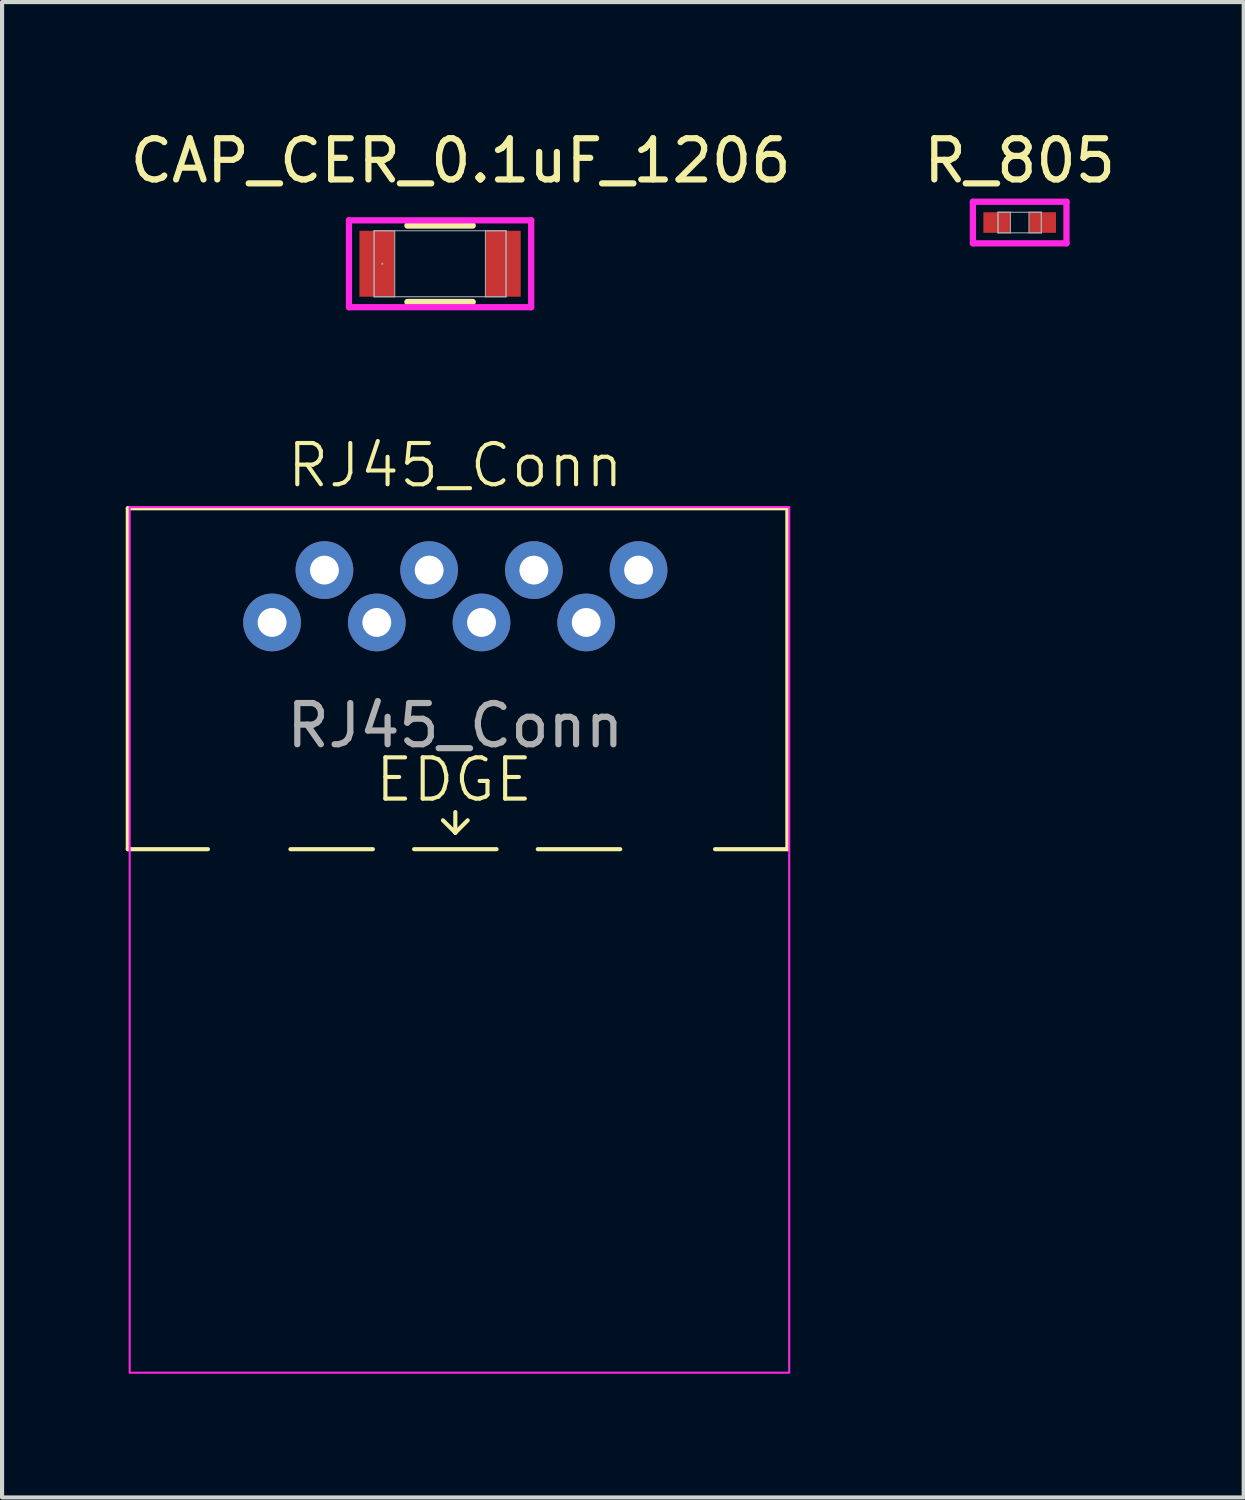
<source format=kicad_pcb>
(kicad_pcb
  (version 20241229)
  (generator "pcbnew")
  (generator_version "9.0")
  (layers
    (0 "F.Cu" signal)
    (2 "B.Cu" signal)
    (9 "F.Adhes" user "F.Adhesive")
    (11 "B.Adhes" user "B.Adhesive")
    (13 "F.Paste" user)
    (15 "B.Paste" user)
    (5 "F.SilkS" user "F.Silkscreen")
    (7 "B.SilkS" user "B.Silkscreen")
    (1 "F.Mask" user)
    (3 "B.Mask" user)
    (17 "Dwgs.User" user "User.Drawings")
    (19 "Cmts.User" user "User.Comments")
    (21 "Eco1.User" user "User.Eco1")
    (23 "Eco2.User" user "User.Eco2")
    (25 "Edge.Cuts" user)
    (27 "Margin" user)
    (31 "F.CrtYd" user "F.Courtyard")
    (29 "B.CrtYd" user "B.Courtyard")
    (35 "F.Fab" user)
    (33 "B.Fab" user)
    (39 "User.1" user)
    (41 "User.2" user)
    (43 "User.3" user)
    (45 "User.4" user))
  (footprint "R_805"
    (layer "F.Cu")
    (at 21.685 2.348)
    (property "Reference" "R_805" (at 0 -1.5 0) (unlocked yes) (layer "F.SilkS") (effects (font (size 1 1) (thickness 0.15))))
    (attr smd)
    (fp_line (start -1.135 -0.504) (end 1.135 -0.504) (stroke (width 0.152) (type solid)) (layer "F.CrtYd"))
    (fp_line (start -1.135 0.504) (end -1.135 -0.504) (stroke (width 0.152) (type solid)) (layer "F.CrtYd"))
    (fp_line (start 1.135 -0.504) (end 1.135 0.504) (stroke (width 0.152) (type solid)) (layer "F.CrtYd"))
    (fp_line (start 1.135 0.504) (end -1.135 0.504) (stroke (width 0.152) (type solid)) (layer "F.CrtYd"))
    (fp_line (start -0.525 -0.25) (end -0.525 0.25) (stroke (width 0.025) (type solid)) (layer "F.Fab"))
    (fp_line (start -0.525 -0.25) (end -0.525 0.25) (stroke (width 0.025) (type solid)) (layer "F.Fab"))
    (fp_line (start -0.525 0.25) (end -0.225 0.25) (stroke (width 0.025) (type solid)) (layer "F.Fab"))
    (fp_line (start -0.525 0.25) (end 0.525 0.25) (stroke (width 0.025) (type solid)) (layer "F.Fab"))
    (fp_line (start -0.225 -0.25) (end -0.525 -0.25) (stroke (width 0.025) (type solid)) (layer "F.Fab"))
    (fp_line (start -0.225 0.25) (end -0.225 -0.25) (stroke (width 0.025) (type solid)) (layer "F.Fab"))
    (fp_line (start 0.225 -0.25) (end 0.225 0.25) (stroke (width 0.025) (type solid)) (layer "F.Fab"))
    (fp_line (start 0.225 0.25) (end 0.525 0.25) (stroke (width 0.025) (type solid)) (layer "F.Fab"))
    (fp_line (start 0.525 -0.25) (end -0.525 -0.25) (stroke (width 0.025) (type solid)) (layer "F.Fab"))
    (fp_line (start 0.525 -0.25) (end 0.225 -0.25) (stroke (width 0.025) (type solid)) (layer "F.Fab"))
    (fp_line (start 0.525 0.25) (end 0.525 -0.25) (stroke (width 0.025) (type solid)) (layer "F.Fab"))
    (fp_line (start 0.525 0.25) (end 0.525 -0.25) (stroke (width 0.025) (type solid)) (layer "F.Fab"))
    (pad "1" smd rect (at -0.553 0) (size 0.656 0.5) (layers "F.Cu" "F.Mask" "F.Paste"))
    (pad "2" smd rect (at 0.553 0) (size 0.656 0.5) (layers "F.Cu" "F.Mask" "F.Paste"))
    (zone (net_name "") (layer "F.Cu") (hatch full 0.508) (connect_pads) (min_thickness 0.254) (filled_areas_thickness no) (keepout (tracks not_allowed) (vias not_allowed) (pads allowed) (copperpour not_allowed) (footprints allowed)) (placement (enabled no)) (fill) (polygon (pts (xy 21.51 2.149) (xy 21.859 2.149) (xy 21.859 2.547) (xy 21.51 2.547)))))
  (footprint "CAP_CER_0.1uF_1206"
    (layer "F.Cu")
    (at 7.625 3.348)
    (property "Reference" "CAP_CER_0.1uF_1206" (at 0.5 -2.5 0) (unlocked yes) (layer "F.SilkS") (effects (font (size 1 1) (thickness 0.15))))
    (attr smd)
    (fp_line (start -0.792 0.927) (end 0.792 0.927) (stroke (width 0.152) (type solid)) (layer "F.SilkS"))
    (fp_line (start 0.792 -0.927) (end -0.792 -0.927) (stroke (width 0.152) (type solid)) (layer "F.SilkS"))
    (fp_line (start -2.21 -1.054) (end 2.21 -1.054) (stroke (width 0.152) (type solid)) (layer "F.CrtYd"))
    (fp_line (start -2.21 1.054) (end -2.21 -1.054) (stroke (width 0.152) (type solid)) (layer "F.CrtYd"))
    (fp_line (start 2.21 -1.054) (end 2.21 1.054) (stroke (width 0.152) (type solid)) (layer "F.CrtYd"))
    (fp_line (start 2.21 1.054) (end -2.21 1.054) (stroke (width 0.152) (type solid)) (layer "F.CrtYd"))
    (fp_line (start -1.6 -0.8) (end -1.6 0.8) (stroke (width 0.025) (type solid)) (layer "F.Fab"))
    (fp_line (start -1.6 -0.8) (end -1.6 0.8) (stroke (width 0.025) (type solid)) (layer "F.Fab"))
    (fp_line (start -1.6 0.8) (end -1.1 0.8) (stroke (width 0.025) (type solid)) (layer "F.Fab"))
    (fp_line (start -1.6 0.8) (end 1.6 0.8) (stroke (width 0.025) (type solid)) (layer "F.Fab"))
    (fp_line (start -1.1 -0.8) (end -1.6 -0.8) (stroke (width 0.025) (type solid)) (layer "F.Fab"))
    (fp_line (start -1.1 0.8) (end -1.1 -0.8) (stroke (width 0.025) (type solid)) (layer "F.Fab"))
    (fp_line (start 1.1 -0.8) (end 1.1 0.8) (stroke (width 0.025) (type solid)) (layer "F.Fab"))
    (fp_line (start 1.1 0.8) (end 1.6 0.8) (stroke (width 0.025) (type solid)) (layer "F.Fab"))
    (fp_line (start 1.6 -0.8) (end -1.6 -0.8) (stroke (width 0.025) (type solid)) (layer "F.Fab"))
    (fp_line (start 1.6 -0.8) (end 1.1 -0.8) (stroke (width 0.025) (type solid)) (layer "F.Fab"))
    (fp_line (start 1.6 0.8) (end 1.6 -0.8) (stroke (width 0.025) (type solid)) (layer "F.Fab"))
    (fp_line (start 1.6 0.8) (end 1.6 -0.8) (stroke (width 0.025) (type solid)) (layer "F.Fab"))
    (fp_circle (center -1.401 0) (end -1.401 0) (stroke (width 0.025) (type solid)) (fill no) (layer "F.Fab"))
    (pad "1" smd rect (at -1.528 0) (size 0.856 1.6) (layers "F.Cu" "F.Mask" "F.Paste"))
    (pad "2" smd rect (at 1.528 0) (size 0.856 1.6) (layers "F.Cu" "F.Mask" "F.Paste"))
    (zone (net_name "") (layer "F.Cu") (hatch full 0.508) (connect_pads) (min_thickness 0.254) (filled_areas_thickness no) (keepout (tracks not_allowed) (vias not_allowed) (pads allowed) (copperpour not_allowed) (footprints allowed)) (placement (enabled no)) (fill) (polygon (pts (xy 6.576 2.599) (xy 8.674 2.599) (xy 8.674 4.097) (xy 6.576 4.097)))))
  (footprint "RJ45_Conn"
    (layer "F.Cu")
    (at 7.995 12.049)
    (property "Reference" "RJ45_Conn" (at 0 -3.81 0) (unlocked yes) (layer "F.SilkS") (effects (font (size 1 1) (thickness 0.1))))
    (attr smd)
    (fp_line (start -7.945 -2.77) (end -7.945 5.5) (stroke (width 0.1) (type default)) (layer "F.SilkS"))
    (fp_line (start -7.945 -2.77) (end 8.055 -2.77) (stroke (width 0.1) (type default)) (layer "F.SilkS"))
    (fp_line (start -7.945 5.5) (end -6 5.5) (stroke (width 0.1) (type default)) (layer "F.SilkS"))
    (fp_line (start -4 5.5) (end -2 5.5) (stroke (width 0.1) (type default)) (layer "F.SilkS"))
    (fp_line (start -1 5.5) (end 1 5.5) (stroke (width 0.1) (type default)) (layer "F.SilkS"))
    (fp_line (start 0 4.6) (end 0 5.1) (stroke (width 0.1) (type default)) (layer "F.SilkS"))
    (fp_line (start 0 5.1) (end -0.3 4.8) (stroke (width 0.1) (type default)) (layer "F.SilkS"))
    (fp_line (start 0 5.1) (end 0.3 4.8) (stroke (width 0.1) (type default)) (layer "F.SilkS"))
    (fp_line (start 2 5.5) (end 4 5.5) (stroke (width 0.1) (type default)) (layer "F.SilkS"))
    (fp_line (start 8.055 -2.77) (end 8.055 5.5) (stroke (width 0.1) (type default)) (layer "F.SilkS"))
    (fp_line (start 8.055 5.5) (end 6.3 5.5) (stroke (width 0.1) (type default)) (layer "F.SilkS"))
    (fp_rect (start -7.9 -2.8) (end 8.1 18.2) (stroke (width 0.05) (type default)) (fill no) (layer "F.CrtYd"))
    (fp_text user "EDGE" (at -2 4.4 0) (unlocked yes) (layer "F.SilkS") (effects (font (size 1 1) (thickness 0.1)) (justify left bottom)))
    (fp_text user "${REFERENCE}" (at 0 2.5 0) (unlocked yes) (layer "F.Fab") (effects (font (size 1 1) (thickness 0.15))))
    (pad "1" thru_hole circle (at -4.445 0) (size 1.4 1.4) (drill 0.7) (layers "*.Cu" "*.Mask"))
    (pad "2" thru_hole circle (at -3.175 -1.27) (size 1.4 1.4) (drill 0.7) (layers "*.Cu" "*.Mask"))
    (pad "3" thru_hole circle (at -1.905 0) (size 1.4 1.4) (drill 0.7) (layers "*.Cu" "*.Mask"))
    (pad "4" thru_hole circle (at -0.635 -1.27) (size 1.4 1.4) (drill 0.7) (layers "*.Cu" "*.Mask"))
    (pad "5" thru_hole circle (at 0.635 0) (size 1.4 1.4) (drill 0.7) (layers "*.Cu" "*.Mask"))
    (pad "6" thru_hole circle (at 1.905 -1.27) (size 1.4 1.4) (drill 0.7) (layers "*.Cu" "*.Mask"))
    (pad "7" thru_hole circle (at 3.175 0) (size 1.4 1.4) (drill 0.7) (layers "*.Cu" "*.Mask"))
    (pad "8" thru_hole circle (at 4.445 -1.27) (size 1.4 1.4) (drill 0.7) (layers "*.Cu" "*.Mask")))
  (gr_rect
    (start -3 -3)
    (end 27.119 33.274)
    (stroke (width 0.1) (type default))
    (fill no)
    (layer "Edge.Cuts")))
</source>
